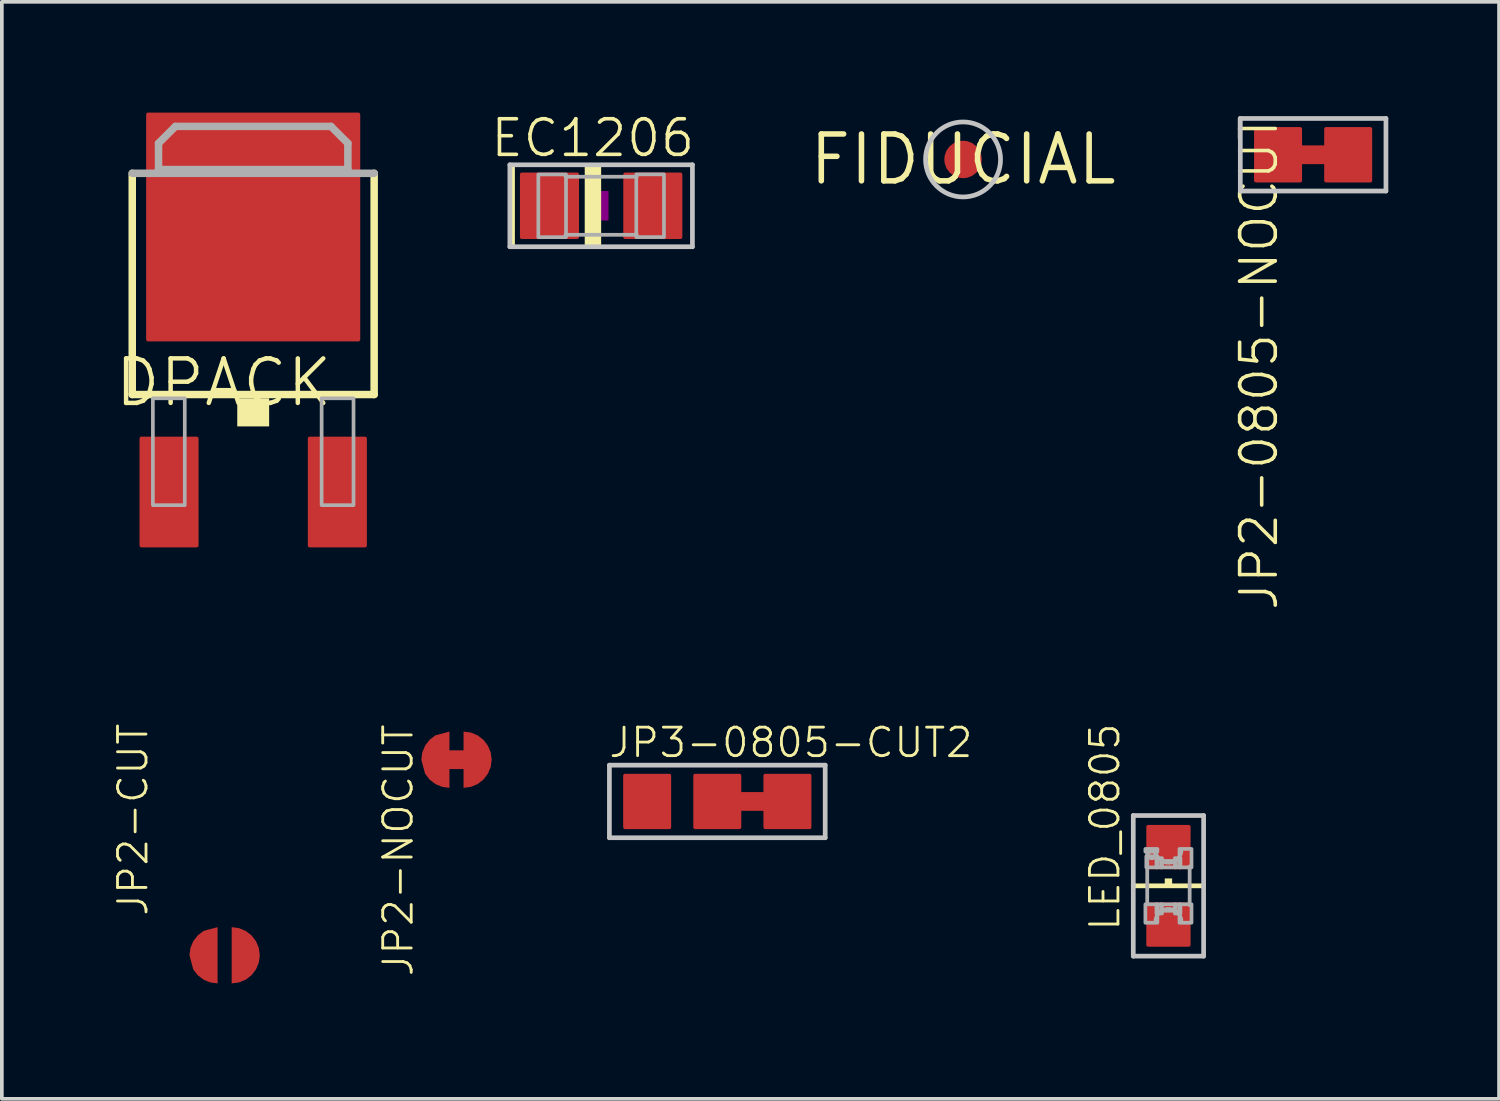
<source format=kicad_pcb>
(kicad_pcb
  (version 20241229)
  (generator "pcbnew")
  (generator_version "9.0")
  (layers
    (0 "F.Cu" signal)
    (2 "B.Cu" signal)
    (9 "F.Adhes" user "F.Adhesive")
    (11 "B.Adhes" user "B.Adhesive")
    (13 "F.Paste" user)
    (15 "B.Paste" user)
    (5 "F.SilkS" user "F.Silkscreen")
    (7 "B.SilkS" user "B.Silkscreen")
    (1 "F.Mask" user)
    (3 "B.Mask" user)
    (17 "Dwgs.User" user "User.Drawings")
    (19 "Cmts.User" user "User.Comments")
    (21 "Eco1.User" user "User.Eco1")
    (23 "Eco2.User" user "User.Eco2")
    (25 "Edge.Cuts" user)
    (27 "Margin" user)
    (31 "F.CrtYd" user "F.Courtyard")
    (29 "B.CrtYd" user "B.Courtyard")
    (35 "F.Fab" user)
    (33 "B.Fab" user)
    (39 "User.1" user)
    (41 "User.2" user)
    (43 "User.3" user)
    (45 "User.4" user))
  (footprint "LED_0805"
    (layer "F.Cu")
    (at 28.607 20.95)
    (property "Reference" "LED_0805" (at -1.27 1.27 90) (layer "F.SilkS") (effects (font (size 0.772 0.772) (thickness 0.077)) (justify left bottom)))
    (attr through_hole)
    (fp_line (start -0.953 0) (end 0.953 0) (stroke (width 0.127) (type solid)) (layer "F.SilkS"))
    (fp_poly (pts (xy -0.1 0) (xy 0.1 0) (xy 0.1 -0.2) (xy -0.1 -0.2)) (stroke (width 0) (type solid)) (fill yes) (layer "F.SilkS"))
    (fp_line (start -0.953 -1.905) (end 0.953 -1.905) (stroke (width 0.127) (type solid)) (layer "Dwgs.User"))
    (fp_line (start -0.953 0) (end -0.953 -1.905) (stroke (width 0.127) (type solid)) (layer "Dwgs.User"))
    (fp_line (start -0.953 1.905) (end -0.953 0) (stroke (width 0.127) (type solid)) (layer "Dwgs.User"))
    (fp_line (start 0.953 -1.905) (end 0.953 0) (stroke (width 0.127) (type solid)) (layer "Dwgs.User"))
    (fp_line (start 0.953 0) (end 0.953 1.905) (stroke (width 0.127) (type solid)) (layer "Dwgs.User"))
    (fp_line (start 0.953 1.905) (end -0.953 1.905) (stroke (width 0.127) (type solid)) (layer "Dwgs.User"))
    (fp_line (start -0.575 0.5) (end -0.575 -0.925) (stroke (width 0.102) (type solid)) (layer "F.Fab"))
    (fp_line (start 0.575 -0.525) (end 0.575 0.525) (stroke (width 0.102) (type solid)) (layer "F.Fab"))
    (fp_arc (start -0.35 0.925) (mid -0.000001 0.625027) (end 0.35 0.924998) (stroke (width 0.1016) (type solid)) (layer "F.Fab"))
    (fp_arc (start 0.35 -0.924998) (mid -0.000001 -0.625027) (end -0.35 -0.925) (stroke (width 0.1016) (type solid)) (layer "F.Fab"))
    (fp_circle (center -0.45 -0.85) (end -0.347 -0.85) (stroke (width 0.102) (type solid)) (fill no) (layer "F.Fab"))
    (fp_poly (pts (xy -0.625 -0.925) (xy -0.3 -0.925) (xy -0.3 -1) (xy -0.625 -1)) (stroke (width 0.1) (type solid)) (fill no) (layer "F.Fab"))
    (fp_poly (pts (xy -0.625 1) (xy -0.3 1) (xy -0.3 0.5) (xy -0.625 0.5)) (stroke (width 0.1) (type solid)) (fill no) (layer "F.Fab"))
    (fp_poly (pts (xy -0.6 -0.5) (xy -0.3 -0.5) (xy -0.3 -0.8) (xy -0.6 -0.8)) (stroke (width 0.1) (type solid)) (fill no) (layer "F.Fab"))
    (fp_poly (pts (xy -0.325 -0.5) (xy -0.175 -0.5) (xy -0.175 -0.75) (xy -0.325 -0.75)) (stroke (width 0.1) (type solid)) (fill no) (layer "F.Fab"))
    (fp_poly (pts (xy -0.325 0.75) (xy -0.175 0.75) (xy -0.175 0.5) (xy -0.325 0.5)) (stroke (width 0.1) (type solid)) (fill no) (layer "F.Fab"))
    (fp_poly (pts (xy -0.2 -0.5) (xy 0.2 -0.5) (xy 0.2 -0.675) (xy -0.2 -0.675)) (stroke (width 0.1) (type solid)) (fill no) (layer "F.Fab"))
    (fp_poly (pts (xy -0.2 0.675) (xy 0.2 0.675) (xy 0.2 0.5) (xy -0.2 0.5)) (stroke (width 0.1) (type solid)) (fill no) (layer "F.Fab"))
    (fp_poly (pts (xy 0.175 -0.5) (xy 0.325 -0.5) (xy 0.325 -0.75) (xy 0.175 -0.75)) (stroke (width 0.1) (type solid)) (fill no) (layer "F.Fab"))
    (fp_poly (pts (xy 0.175 0.75) (xy 0.325 0.75) (xy 0.325 0.5) (xy 0.175 0.5)) (stroke (width 0.1) (type solid)) (fill no) (layer "F.Fab"))
    (fp_poly (pts (xy 0.3 -0.5) (xy 0.625 -0.5) (xy 0.625 -1) (xy 0.3 -1)) (stroke (width 0.1) (type solid)) (fill no) (layer "F.Fab"))
    (fp_poly (pts (xy 0.3 1) (xy 0.625 1) (xy 0.625 0.5) (xy 0.3 0.5)) (stroke (width 0.1) (type solid)) (fill no) (layer "F.Fab"))
    (pad "A" smd roundrect (at 0 1.05) (size 1.2 1.2) (layers "F.Cu" "F.Mask" "F.Paste") (roundrect_rratio 0.042))
    (pad "C" smd roundrect (at 0 -1.05) (size 1.2 1.2) (layers "F.Cu" "F.Mask" "F.Paste") (roundrect_rratio 0.042)))
  (footprint "JP2-0805-NOCUT"
    (layer "F.Cu")
    (at 32.527 1.143)
    (property "Reference" "JP2-0805-NOCUT" (at -2.032 -1.143 90) (layer "F.SilkS") (effects (font (size 0.965 0.965) (thickness 0.097)) (justify right top)))
    (attr through_hole)
    (fp_poly (pts (xy -0.445 -0.254) (xy 0.445 -0.254) (xy 0.445 0.254) (xy -0.445 0.254)) (stroke (width 0) (type solid)) (fill yes) (layer "F.Cu"))
    (fp_line (start -1.973 -0.983) (end 1.973 -0.983) (stroke (width 0.127) (type solid)) (layer "Dwgs.User"))
    (fp_line (start -1.973 0.983) (end -1.973 -0.983) (stroke (width 0.127) (type solid)) (layer "Dwgs.User"))
    (fp_line (start 1.973 -0.983) (end 1.973 0.983) (stroke (width 0.127) (type solid)) (layer "Dwgs.User"))
    (fp_line (start 1.973 0.983) (end -1.973 0.983) (stroke (width 0.127) (type solid)) (layer "Dwgs.User"))
    (pad "1" smd roundrect (at -0.95 0) (size 1.3 1.5) (layers "F.Cu" "F.Mask" "F.Paste") (roundrect_rratio 0.039))
    (pad "2" smd roundrect (at 0.95 0) (size 1.3 1.5) (layers "F.Cu" "F.Mask" "F.Paste") (roundrect_rratio 0.039)))
  (footprint "JP2-NOCUT"
    (layer "F.Cu")
    (at 9.318 17.533)
    (property "Reference" "JP2-NOCUT" (at -2.032 -1.016 90) (layer "F.SilkS") (effects (font (size 0.772 0.772) (thickness 0.077)) (justify right top)))
    (attr through_hole)
    (fp_poly (pts (xy 0.191 0.762) (xy 0.191 -0.762) (xy 0.19 -0.762) (xy 0.388 -0.736) (xy 0.571 -0.66) (xy 0.729 -0.539) (xy 0.85 -0.381) (xy 0.927 -0.197) (xy 0.953 0) (xy 0.953 -0.000001) (xy 0.927 0.197) (xy 0.85 0.381) (xy 0.729 0.539) (xy 0.572 0.66) (xy 0.388 0.736)) (stroke (width 0) (type solid)) (fill yes) (layer "F.Cu"))
    (fp_poly (pts (xy -0.191 -0.762) (xy -0.191 -0.254) (xy 0.318 -0.254) (xy 0.318 0.254) (xy -0.191 0.254) (xy -0.191 0.762) (xy -0.19 0.762) (xy -0.388 0.736) (xy -0.571 0.66) (xy -0.729 0.539) (xy -0.85 0.381) (xy -0.953 0) (xy -0.953 0.000001) (xy -0.927 -0.197) (xy -0.85 -0.381) (xy -0.729 -0.539) (xy -0.572 -0.66)) (stroke (width 0) (type solid)) (fill yes) (layer "F.Cu"))
    (fp_poly (pts (xy 0 -0.889) (xy -0.191 -0.889) (xy -0.19 -0.889) (xy -0.421 -0.859) (xy -0.635 -0.77) (xy -0.819 -0.629) (xy -0.96 -0.445) (xy -1.049 -0.23) (xy -1.079 0) (xy -1.079 -0.000001) (xy -1.049 0.23) (xy -0.96 0.445) (xy -0.819 0.629) (xy -0.635 0.77) (xy -0.191 0.889) (xy 0 0.889)) (stroke (width 0) (type solid)) (fill yes) (layer "F.Mask"))
    (fp_poly (pts (xy 0 0.889) (xy 0.191 0.889) (xy 0.19 0.889) (xy 0.421 0.859) (xy 0.635 0.77) (xy 0.819 0.629) (xy 0.96 0.445) (xy 1.049 0.23) (xy 1.079 0) (xy 1.079 0.000001) (xy 1.049 -0.23) (xy 0.96 -0.445) (xy 0.819 -0.629) (xy 0.635 -0.77) (xy 0.421 -0.859) (xy 0.191 -0.889) (xy 0 -0.889)) (stroke (width 0) (type solid)) (fill yes) (layer "F.Mask"))
    (pad "1" smd roundrect (at -0.445 0) (size 0.889 0.254) (layers "F.Cu" "F.Mask") (roundrect_rratio 0.2))
    (pad "2" smd roundrect (at 0.635 0) (size 0.508 0.254) (layers "F.Cu" "F.Mask") (roundrect_rratio 0.2)))
  (footprint "DPACK"
    (layer "F.Cu")
    (at 3.81 5.48)
    (property "Reference" "DPACK" (at -3.81 2.54 180) (layer "F.SilkS") (effects (font (size 1.206 1.206) (thickness 0.121)) (justify left bottom)))
    (attr through_hole)
    (fp_line (start -3.277 2.159) (end -3.277 -3.835) (stroke (width 0.203) (type solid)) (layer "F.SilkS"))
    (fp_line (start 3.277 -3.835) (end 3.277 2.159) (stroke (width 0.203) (type solid)) (layer "F.SilkS"))
    (fp_line (start 3.277 2.159) (end -3.277 2.159) (stroke (width 0.203) (type solid)) (layer "F.SilkS"))
    (fp_poly (pts (xy -0.432 3.023) (xy 0.432 3.023) (xy 0.432 2.261) (xy -0.432 2.261)) (stroke (width 0) (type solid)) (fill yes) (layer "F.SilkS"))
    (fp_line (start -3.277 -3.835) (end 3.277 -3.835) (stroke (width 0.203) (type solid)) (layer "F.Fab"))
    (fp_line (start -2.565 -4.648) (end -2.108 -5.105) (stroke (width 0.203) (type solid)) (layer "F.Fab"))
    (fp_line (start -2.565 -3.937) (end -2.565 -4.648) (stroke (width 0.203) (type solid)) (layer "F.Fab"))
    (fp_line (start -2.108 -5.105) (end 2.108 -5.105) (stroke (width 0.203) (type solid)) (layer "F.Fab"))
    (fp_line (start 2.108 -5.105) (end 2.565 -4.648) (stroke (width 0.203) (type solid)) (layer "F.Fab"))
    (fp_line (start 2.565 -4.648) (end 2.565 -3.937) (stroke (width 0.203) (type solid)) (layer "F.Fab"))
    (fp_line (start 2.565 -3.937) (end -2.565 -3.937) (stroke (width 0.203) (type solid)) (layer "F.Fab"))
    (fp_poly (pts (xy -2.718 5.156) (xy -1.854 5.156) (xy -1.854 2.261) (xy -2.718 2.261)) (stroke (width 0.1) (type solid)) (fill no) (layer "F.Fab"))
    (fp_poly (pts (xy 1.854 5.156) (xy 2.718 5.156) (xy 2.718 2.261) (xy 1.854 2.261)) (stroke (width 0.1) (type solid)) (fill no) (layer "F.Fab"))
    (fp_poly (pts (xy -2.565 -3.937) (xy -2.565 -4.648) (xy -2.108 -5.105) (xy 2.108 -5.105) (xy 2.565 -4.648) (xy 2.565 -3.937)) (stroke (width 0.1) (type solid)) (fill no) (layer "F.Fab"))
    (pad "1" smd roundrect (at -2.28 4.8) (size 1.6 3) (layers "F.Cu" "F.Mask" "F.Paste") (roundrect_rratio 0.032))
    (pad "3" smd roundrect (at 2.28 4.8) (size 1.6 3) (layers "F.Cu" "F.Mask" "F.Paste") (roundrect_rratio 0.032))
    (pad "4" smd roundrect (at 0 -2.38) (size 5.8 6.2) (layers "F.Cu" "F.Mask" "F.Paste") (roundrect_rratio 0.009)))
  (footprint "EC1206"
    (layer "F.Cu")
    (at 13.237 2.525)
    (property "Reference" "EC1206" (at -3.048 -1.27 0) (layer "F.SilkS") (effects (font (size 0.965 0.965) (thickness 0.097)) (justify left bottom)))
    (attr through_hole)
    (fp_poly (pts (xy -2.489 1.143) (xy -2.337 1.143) (xy -2.337 -1.143) (xy -2.489 -1.143)) (stroke (width 0) (type solid)) (fill yes) (layer "F.SilkS"))
    (fp_poly (pts (xy -0.445 1.143) (xy 0 1.143) (xy 0 -1.143) (xy -0.445 -1.143)) (stroke (width 0) (type solid)) (fill yes) (layer "F.SilkS"))
    (fp_poly (pts (xy -0.2 0.4) (xy 0.2 0.4) (xy 0.2 -0.4) (xy -0.2 -0.4)) (stroke (width 0) (type solid)) (fill yes) (layer "F.Adhes"))
    (fp_line (start -2.473 -1.11) (end 2.473 -1.11) (stroke (width 0.127) (type solid)) (layer "Dwgs.User"))
    (fp_line (start -2.473 1.11) (end -2.473 -1.11) (stroke (width 0.127) (type solid)) (layer "Dwgs.User"))
    (fp_line (start 2.473 -1.11) (end 2.473 1.11) (stroke (width 0.127) (type solid)) (layer "Dwgs.User"))
    (fp_line (start 2.473 1.11) (end -2.473 1.11) (stroke (width 0.127) (type solid)) (layer "Dwgs.User"))
    (fp_line (start -0.965 -0.787) (end 0.965 -0.787) (stroke (width 0.102) (type solid)) (layer "F.Fab"))
    (fp_line (start -0.965 0.787) (end 0.965 0.787) (stroke (width 0.102) (type solid)) (layer "F.Fab"))
    (fp_poly (pts (xy -1.702 0.851) (xy -0.952 0.851) (xy -0.952 -0.849) (xy -1.702 -0.849)) (stroke (width 0.1) (type solid)) (fill no) (layer "F.Fab"))
    (fp_poly (pts (xy 0.952 0.849) (xy 1.702 0.849) (xy 1.702 -0.851) (xy 0.952 -0.851)) (stroke (width 0.1) (type solid)) (fill no) (layer "F.Fab"))
    (pad "+" smd roundrect (at -1.4 0) (size 1.6 1.8) (layers "F.Cu" "F.Mask" "F.Paste") (roundrect_rratio 0.032))
    (pad "-" smd roundrect (at 1.4 0) (size 1.6 1.8) (layers "F.Cu" "F.Mask" "F.Paste") (roundrect_rratio 0.032)))
  (footprint "JP2-CUT"
    (layer "F.Cu")
    (at 3.036 22.832)
    (property "Reference" "JP2-CUT" (at -2.032 -1.016 90) (layer "F.SilkS") (effects (font (size 0.772 0.772) (thickness 0.077)) (justify left bottom)))
    (attr through_hole)
    (fp_poly (pts (xy -0.191 -0.762) (xy -0.191 0.762) (xy -0.19 0.762) (xy -0.388 0.736) (xy -0.571 0.66) (xy -0.729 0.539) (xy -0.85 0.381) (xy -0.953 0) (xy -0.953 0.000001) (xy -0.927 -0.197) (xy -0.85 -0.381) (xy -0.729 -0.539) (xy -0.572 -0.66)) (stroke (width 0) (type solid)) (fill yes) (layer "F.Cu"))
    (fp_poly (pts (xy 0.191 0.762) (xy 0.191 -0.762) (xy 0.19 -0.762) (xy 0.388 -0.736) (xy 0.571 -0.66) (xy 0.729 -0.539) (xy 0.85 -0.381) (xy 0.927 -0.197) (xy 0.953 0) (xy 0.953 -0.000001) (xy 0.927 0.197) (xy 0.85 0.381) (xy 0.729 0.539) (xy 0.572 0.66) (xy 0.388 0.736)) (stroke (width 0) (type solid)) (fill yes) (layer "F.Cu"))
    (fp_poly (pts (xy 0 -0.889) (xy -0.191 -0.889) (xy -0.19 -0.889) (xy -0.421 -0.859) (xy -0.635 -0.77) (xy -0.819 -0.629) (xy -0.96 -0.445) (xy -1.049 -0.23) (xy -1.079 0) (xy -1.079 -0.000001) (xy -1.049 0.23) (xy -0.96 0.445) (xy -0.819 0.629) (xy -0.635 0.77) (xy -0.191 0.889) (xy 0 0.889)) (stroke (width 0) (type solid)) (fill yes) (layer "F.Mask"))
    (fp_poly (pts (xy 0 0.889) (xy 0.191 0.889) (xy 0.19 0.889) (xy 0.421 0.859) (xy 0.635 0.77) (xy 0.819 0.629) (xy 0.96 0.445) (xy 1.049 0.23) (xy 1.079 0) (xy 1.079 0.000001) (xy 1.049 -0.23) (xy 0.96 -0.445) (xy 0.819 -0.629) (xy 0.635 -0.77) (xy 0.421 -0.859) (xy 0.191 -0.889) (xy 0 -0.889)) (stroke (width 0) (type solid)) (fill yes) (layer "F.Mask"))
    (pad "1" smd roundrect (at -0.635 0) (size 0.508 0.254) (layers "F.Cu" "F.Mask") (roundrect_rratio 0.2))
    (pad "2" smd roundrect (at 0.635 0) (size 0.508 0.254) (layers "F.Cu" "F.Mask") (roundrect_rratio 0.2)))
  (footprint "JP3-0805-CUT2"
    (layer "F.Cu")
    (at 16.384 18.664)
    (property "Reference" "JP3-0805-CUT2" (at -2.982 -1.143 180) (layer "F.SilkS") (effects (font (size 0.772 0.772) (thickness 0.077)) (justify left bottom)))
    (attr through_hole)
    (fp_poly (pts (xy 0.51 -0.254) (xy 1.399 -0.254) (xy 1.399 0.254) (xy 0.51 0.254)) (stroke (width 0) (type solid)) (fill yes) (layer "F.Cu"))
    (fp_line (start -2.923 -0.983) (end 2.923 -0.983) (stroke (width 0.127) (type solid)) (layer "Dwgs.User"))
    (fp_line (start -2.923 0.983) (end -2.923 -0.983) (stroke (width 0.127) (type solid)) (layer "Dwgs.User"))
    (fp_line (start 2.923 -0.983) (end 2.923 0.983) (stroke (width 0.127) (type solid)) (layer "Dwgs.User"))
    (fp_line (start 2.923 0.983) (end -2.923 0.983) (stroke (width 0.127) (type solid)) (layer "Dwgs.User"))
    (pad "COM" smd roundrect (at 0 0) (size 1.3 1.5) (layers "F.Cu" "F.Mask" "F.Paste") (roundrect_rratio 0.039))
    (pad "NC" smd roundrect (at 1.9 0) (size 1.3 1.5) (layers "F.Cu" "F.Mask" "F.Paste") (roundrect_rratio 0.039))
    (pad "NO" smd roundrect (at -1.9 0) (size 1.3 1.5) (layers "F.Cu" "F.Mask" "F.Paste") (roundrect_rratio 0.039)))
  (footprint "FIDUCIAL"
    (layer "F.Cu")
    (at 23.042 1.27)
    (property "Reference" "FIDUCIAL" (at 0 0 0) (layer "F.SilkS") (effects (font (size 1.27 1.27) (thickness 0.15))))
    (attr through_hole)
    (fp_poly (pts (xy 0 -1.27) (xy 0.248 -1.246) (xy 0.486 -1.173) (xy 0.706 -1.056) (xy 0.898 -0.898) (xy 1.056 -0.706) (xy 1.173 -0.486) (xy 1.27 0) (xy 1.246 0.248) (xy 1.173 0.486) (xy 1.056 0.706) (xy 0.898 0.898) (xy 0.706 1.056) (xy 0.486 1.173) (xy 0 1.27) (xy -0.248 1.246) (xy -0.486 1.173) (xy -0.706 1.056) (xy -0.898 0.898) (xy -1.056 0.706) (xy -1.173 0.486) (xy -1.27 0) (xy -1.246 -0.248) (xy -1.173 -0.486) (xy -1.056 -0.706) (xy -0.898 -0.898) (xy -0.706 -1.056) (xy -0.486 -1.173)) (stroke (width 0) (type solid)) (fill yes) (layer "F.Mask"))
    (fp_circle (center 0 0) (end 1.016 0) (stroke (width 0.127) (type solid)) (fill no) (layer "Dwgs.User"))
    (pad "T" smd roundrect (at 0 0) (size 1.016 1.016) (layers "F.Cu" "F.Mask") (roundrect_rratio 0.5)))
  (gr_rect
    (start -3 -3)
    (end 37.564 26.721)
    (stroke (width 0.1) (type default))
    (fill no)
    (layer "Edge.Cuts")))
</source>
